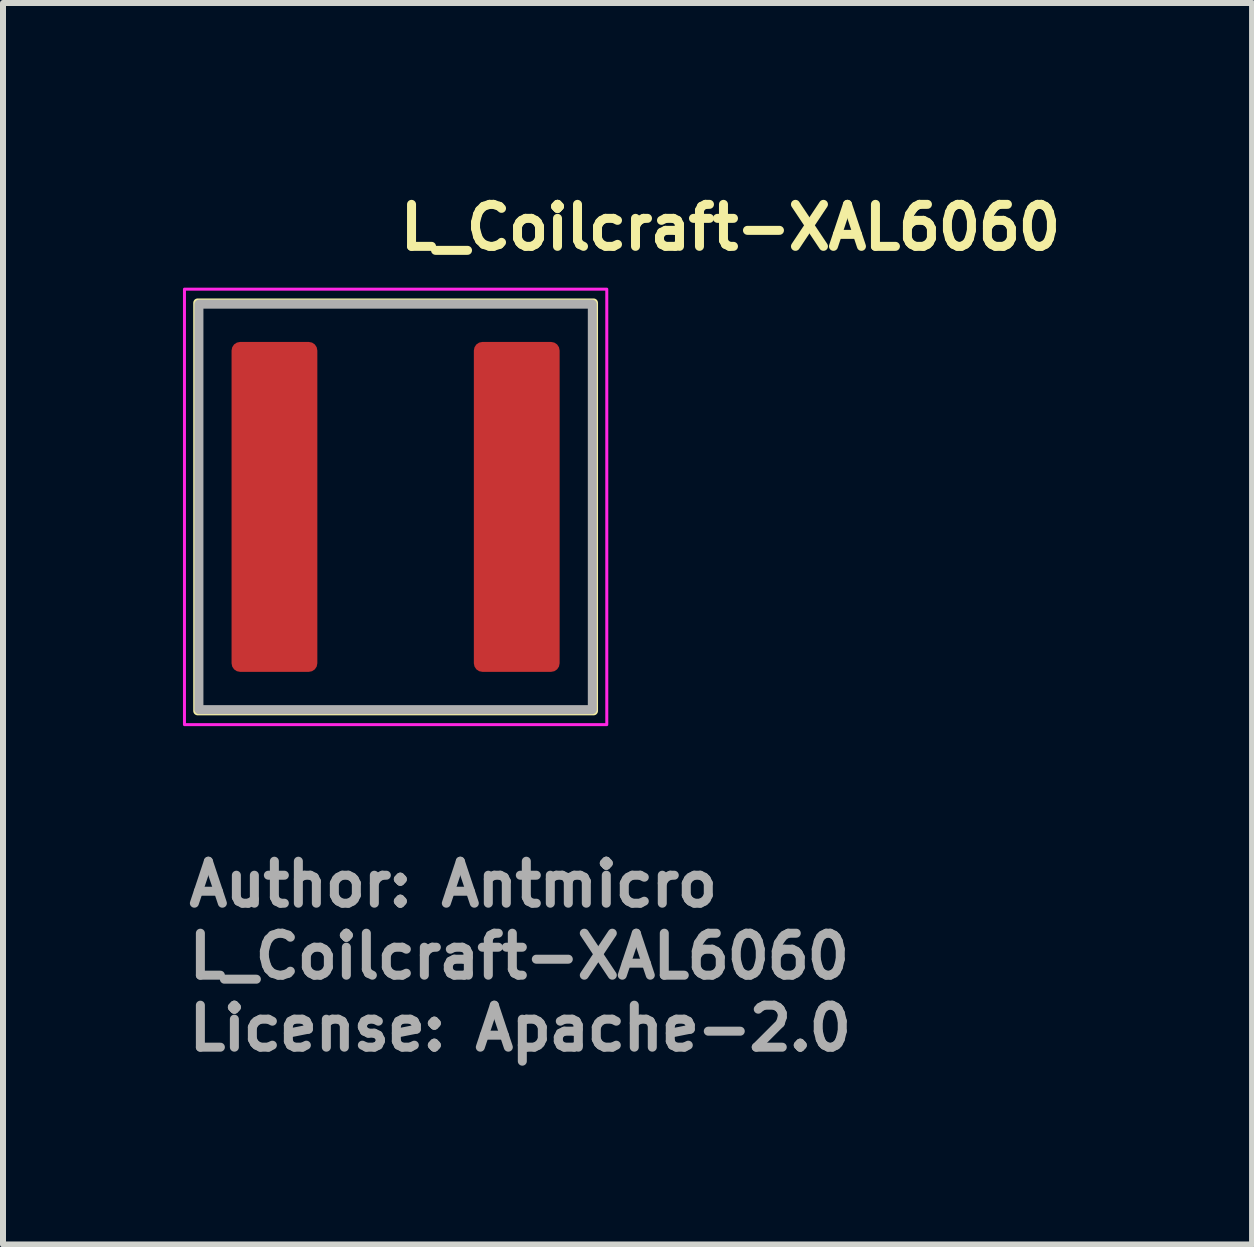
<source format=kicad_pcb>
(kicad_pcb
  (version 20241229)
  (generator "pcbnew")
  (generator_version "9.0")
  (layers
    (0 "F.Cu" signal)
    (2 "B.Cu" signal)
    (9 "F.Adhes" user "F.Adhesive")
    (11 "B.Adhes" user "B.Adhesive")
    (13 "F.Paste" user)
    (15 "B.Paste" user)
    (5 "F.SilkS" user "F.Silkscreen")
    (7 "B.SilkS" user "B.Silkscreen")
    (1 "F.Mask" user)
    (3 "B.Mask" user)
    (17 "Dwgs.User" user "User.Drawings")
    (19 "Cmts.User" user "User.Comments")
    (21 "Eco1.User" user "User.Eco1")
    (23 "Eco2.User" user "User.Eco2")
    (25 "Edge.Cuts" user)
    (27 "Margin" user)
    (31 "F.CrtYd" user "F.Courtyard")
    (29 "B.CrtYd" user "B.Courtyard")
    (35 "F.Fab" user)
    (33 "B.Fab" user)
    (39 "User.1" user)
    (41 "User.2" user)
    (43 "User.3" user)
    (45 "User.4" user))
  (footprint "L_Coilcraft-XAL6060"
    (layer "F.Cu")
    (at 3.545 5.4)
    (property "Reference" "L_Coilcraft-XAL6060" (at 0 -4.25 0) (unlocked yes) (layer "F.SilkS") (effects (font (size 0.7 0.7) (thickness 0.15)) (justify left bottom)))
    (attr smd)
    (fp_rect (start -3.299 -3.4) (end 3.299 3.4) (stroke (width 0.15) (type solid)) (fill no) (layer "F.SilkS"))
    (fp_rect (start -3.52 -3.63) (end 3.52 3.63) (stroke (width 0.05) (type solid)) (fill no) (layer "F.CrtYd"))
    (fp_rect (start -3.279 -3.38) (end 3.279 3.38) (stroke (width 0.15) (type solid)) (fill no) (layer "F.Fab"))
    (fp_rect (start -3.279 -3.38) (end 3.279 3.38) (stroke (width 0.1) (type solid)) (fill no) (layer "User.5"))
    (fp_line (start -3.279 -3.142) (end -3.278 -3.154) (stroke (width 0.02) (type solid)) (layer "User.9"))
    (fp_line (start -3.279 -3.13) (end -3.279 -3.142) (stroke (width 0.02) (type solid)) (layer "User.9"))
    (fp_line (start -3.279 -3.13) (end -3.279 3.13) (stroke (width 0.02) (type solid)) (layer "User.9"))
    (fp_line (start -3.279 3.142) (end -3.279 3.13) (stroke (width 0.02) (type solid)) (layer "User.9"))
    (fp_line (start -3.278 -3.154) (end -3.277 -3.166) (stroke (width 0.02) (type solid)) (layer "User.9"))
    (fp_line (start -3.278 3.154) (end -3.279 3.142) (stroke (width 0.02) (type solid)) (layer "User.9"))
    (fp_line (start -3.277 -3.166) (end -3.275 -3.178) (stroke (width 0.02) (type solid)) (layer "User.9"))
    (fp_line (start -3.277 3.166) (end -3.278 3.154) (stroke (width 0.02) (type solid)) (layer "User.9"))
    (fp_line (start -3.275 -3.178) (end -3.272 -3.19) (stroke (width 0.02) (type solid)) (layer "User.9"))
    (fp_line (start -3.275 3.178) (end -3.277 3.166) (stroke (width 0.02) (type solid)) (layer "User.9"))
    (fp_line (start -3.272 -3.19) (end -3.269 -3.202) (stroke (width 0.02) (type solid)) (layer "User.9"))
    (fp_line (start -3.272 3.19) (end -3.275 3.178) (stroke (width 0.02) (type solid)) (layer "User.9"))
    (fp_line (start -3.269 -3.202) (end -3.265 -3.214) (stroke (width 0.02) (type solid)) (layer "User.9"))
    (fp_line (start -3.269 3.202) (end -3.272 3.19) (stroke (width 0.02) (type solid)) (layer "User.9"))
    (fp_line (start -3.265 -3.214) (end -3.26 -3.225) (stroke (width 0.02) (type solid)) (layer "User.9"))
    (fp_line (start -3.265 3.214) (end -3.269 3.202) (stroke (width 0.02) (type solid)) (layer "User.9"))
    (fp_line (start -3.26 -3.225) (end -3.256 -3.236) (stroke (width 0.02) (type solid)) (layer "User.9"))
    (fp_line (start -3.26 3.225) (end -3.265 3.214) (stroke (width 0.02) (type solid)) (layer "User.9"))
    (fp_line (start -3.256 -3.236) (end -3.25 -3.247) (stroke (width 0.02) (type solid)) (layer "User.9"))
    (fp_line (start -3.256 3.236) (end -3.26 3.225) (stroke (width 0.02) (type solid)) (layer "User.9"))
    (fp_line (start -3.25 -3.247) (end -3.244 -3.258) (stroke (width 0.02) (type solid)) (layer "User.9"))
    (fp_line (start -3.25 3.247) (end -3.256 3.236) (stroke (width 0.02) (type solid)) (layer "User.9"))
    (fp_line (start -3.244 -3.258) (end -3.237 -3.268) (stroke (width 0.02) (type solid)) (layer "User.9"))
    (fp_line (start -3.244 3.258) (end -3.25 3.247) (stroke (width 0.02) (type solid)) (layer "User.9"))
    (fp_line (start -3.237 -3.268) (end -3.23 -3.278) (stroke (width 0.02) (type solid)) (layer "User.9"))
    (fp_line (start -3.237 3.268) (end -3.244 3.258) (stroke (width 0.02) (type solid)) (layer "User.9"))
    (fp_line (start -3.23 -3.278) (end -3.223 -3.288) (stroke (width 0.02) (type solid)) (layer "User.9"))
    (fp_line (start -3.23 3.278) (end -3.237 3.268) (stroke (width 0.02) (type solid)) (layer "User.9"))
    (fp_line (start -3.223 -3.288) (end -3.215 -3.297) (stroke (width 0.02) (type solid)) (layer "User.9"))
    (fp_line (start -3.223 3.288) (end -3.23 3.278) (stroke (width 0.02) (type solid)) (layer "User.9"))
    (fp_line (start -3.215 -3.297) (end -3.206 -3.306) (stroke (width 0.02) (type solid)) (layer "User.9"))
    (fp_line (start -3.215 3.297) (end -3.223 3.288) (stroke (width 0.02) (type solid)) (layer "User.9"))
    (fp_line (start -3.206 -3.306) (end -3.206 -3.306) (stroke (width 0.02) (type solid)) (layer "User.9"))
    (fp_line (start -3.206 -3.306) (end -3.197 -3.315) (stroke (width 0.02) (type solid)) (layer "User.9"))
    (fp_line (start -3.206 3.306) (end -3.215 3.297) (stroke (width 0.02) (type solid)) (layer "User.9"))
    (fp_line (start -3.206 3.306) (end -3.206 3.306) (stroke (width 0.02) (type solid)) (layer "User.9"))
    (fp_line (start -3.197 -3.315) (end -3.188 -3.323) (stroke (width 0.02) (type solid)) (layer "User.9"))
    (fp_line (start -3.197 3.315) (end -3.206 3.306) (stroke (width 0.02) (type solid)) (layer "User.9"))
    (fp_line (start -3.188 -3.323) (end -3.178 -3.33) (stroke (width 0.02) (type solid)) (layer "User.9"))
    (fp_line (start -3.188 3.323) (end -3.197 3.315) (stroke (width 0.02) (type solid)) (layer "User.9"))
    (fp_line (start -3.178 -3.33) (end -3.168 -3.337) (stroke (width 0.02) (type solid)) (layer "User.9"))
    (fp_line (start -3.178 3.33) (end -3.188 3.323) (stroke (width 0.02) (type solid)) (layer "User.9"))
    (fp_line (start -3.168 -3.337) (end -3.158 -3.344) (stroke (width 0.02) (type solid)) (layer "User.9"))
    (fp_line (start -3.168 3.337) (end -3.178 3.33) (stroke (width 0.02) (type solid)) (layer "User.9"))
    (fp_line (start -3.158 -3.344) (end -3.147 -3.35) (stroke (width 0.02) (type solid)) (layer "User.9"))
    (fp_line (start -3.158 3.344) (end -3.168 3.337) (stroke (width 0.02) (type solid)) (layer "User.9"))
    (fp_line (start -3.147 -3.35) (end -3.136 -3.356) (stroke (width 0.02) (type solid)) (layer "User.9"))
    (fp_line (start -3.147 3.35) (end -3.158 3.344) (stroke (width 0.02) (type solid)) (layer "User.9"))
    (fp_line (start -3.136 -3.356) (end -3.125 -3.36) (stroke (width 0.02) (type solid)) (layer "User.9"))
    (fp_line (start -3.136 3.356) (end -3.147 3.35) (stroke (width 0.02) (type solid)) (layer "User.9"))
    (fp_line (start -3.125 -3.36) (end -3.114 -3.365) (stroke (width 0.02) (type solid)) (layer "User.9"))
    (fp_line (start -3.125 3.36) (end -3.136 3.356) (stroke (width 0.02) (type solid)) (layer "User.9"))
    (fp_line (start -3.114 -3.365) (end -3.102 -3.369) (stroke (width 0.02) (type solid)) (layer "User.9"))
    (fp_line (start -3.114 3.365) (end -3.125 3.36) (stroke (width 0.02) (type solid)) (layer "User.9"))
    (fp_line (start -3.102 -3.369) (end -3.09 -3.372) (stroke (width 0.02) (type solid)) (layer "User.9"))
    (fp_line (start -3.102 3.369) (end -3.114 3.365) (stroke (width 0.02) (type solid)) (layer "User.9"))
    (fp_line (start -3.09 -3.372) (end -3.079 -3.375) (stroke (width 0.02) (type solid)) (layer "User.9"))
    (fp_line (start -3.09 3.372) (end -3.102 3.369) (stroke (width 0.02) (type solid)) (layer "User.9"))
    (fp_line (start -3.079 -3.375) (end -3.066 -3.377) (stroke (width 0.02) (type solid)) (layer "User.9"))
    (fp_line (start -3.079 3.375) (end -3.09 3.372) (stroke (width 0.02) (type solid)) (layer "User.9"))
    (fp_line (start -3.066 -3.377) (end -3.054 -3.378) (stroke (width 0.02) (type solid)) (layer "User.9"))
    (fp_line (start -3.066 3.377) (end -3.079 3.375) (stroke (width 0.02) (type solid)) (layer "User.9"))
    (fp_line (start -3.054 -3.378) (end -3.042 -3.379) (stroke (width 0.02) (type solid)) (layer "User.9"))
    (fp_line (start -3.054 3.378) (end -3.066 3.377) (stroke (width 0.02) (type solid)) (layer "User.9"))
    (fp_line (start -3.042 -3.379) (end -3.029 -3.38) (stroke (width 0.02) (type solid)) (layer "User.9"))
    (fp_line (start -3.042 3.379) (end -3.054 3.378) (stroke (width 0.02) (type solid)) (layer "User.9"))
    (fp_line (start -3.029 3.38) (end -3.042 3.379) (stroke (width 0.02) (type solid)) (layer "User.9"))
    (fp_line (start -3.029 3.38) (end 3.029 3.38) (stroke (width 0.02) (type solid)) (layer "User.9"))
    (fp_line (start -2.592 -3) (end -2.342 -3) (stroke (width 0.02) (type solid)) (layer "User.9"))
    (fp_line (start -2.592 3) (end -2.592 -3) (stroke (width 0.02) (type solid)) (layer "User.9"))
    (fp_line (start -2.342 -3) (end -2.342 3) (stroke (width 0.02) (type solid)) (layer "User.9"))
    (fp_line (start -2.342 3) (end -2.592 3) (stroke (width 0.02) (type solid)) (layer "User.9"))
    (fp_line (start 3.029 -3.38) (end -3.029 -3.38) (stroke (width 0.02) (type solid)) (layer "User.9"))
    (fp_line (start 3.029 -3.38) (end 3.042 -3.379) (stroke (width 0.02) (type solid)) (layer "User.9"))
    (fp_line (start 3.042 -3.379) (end 3.054 -3.378) (stroke (width 0.02) (type solid)) (layer "User.9"))
    (fp_line (start 3.042 3.379) (end 3.029 3.38) (stroke (width 0.02) (type solid)) (layer "User.9"))
    (fp_line (start 3.054 -3.378) (end 3.066 -3.377) (stroke (width 0.02) (type solid)) (layer "User.9"))
    (fp_line (start 3.054 3.378) (end 3.042 3.379) (stroke (width 0.02) (type solid)) (layer "User.9"))
    (fp_line (start 3.066 -3.377) (end 3.079 -3.375) (stroke (width 0.02) (type solid)) (layer "User.9"))
    (fp_line (start 3.066 3.377) (end 3.054 3.378) (stroke (width 0.02) (type solid)) (layer "User.9"))
    (fp_line (start 3.079 -3.375) (end 3.09 -3.372) (stroke (width 0.02) (type solid)) (layer "User.9"))
    (fp_line (start 3.079 3.375) (end 3.066 3.377) (stroke (width 0.02) (type solid)) (layer "User.9"))
    (fp_line (start 3.09 -3.372) (end 3.102 -3.369) (stroke (width 0.02) (type solid)) (layer "User.9"))
    (fp_line (start 3.09 3.372) (end 3.079 3.375) (stroke (width 0.02) (type solid)) (layer "User.9"))
    (fp_line (start 3.102 -3.369) (end 3.114 -3.365) (stroke (width 0.02) (type solid)) (layer "User.9"))
    (fp_line (start 3.102 3.369) (end 3.09 3.372) (stroke (width 0.02) (type solid)) (layer "User.9"))
    (fp_line (start 3.114 -3.365) (end 3.125 -3.36) (stroke (width 0.02) (type solid)) (layer "User.9"))
    (fp_line (start 3.114 3.365) (end 3.102 3.369) (stroke (width 0.02) (type solid)) (layer "User.9"))
    (fp_line (start 3.125 -3.36) (end 3.136 -3.356) (stroke (width 0.02) (type solid)) (layer "User.9"))
    (fp_line (start 3.125 3.36) (end 3.114 3.365) (stroke (width 0.02) (type solid)) (layer "User.9"))
    (fp_line (start 3.136 -3.356) (end 3.147 -3.35) (stroke (width 0.02) (type solid)) (layer "User.9"))
    (fp_line (start 3.136 3.356) (end 3.125 3.36) (stroke (width 0.02) (type solid)) (layer "User.9"))
    (fp_line (start 3.147 -3.35) (end 3.158 -3.344) (stroke (width 0.02) (type solid)) (layer "User.9"))
    (fp_line (start 3.147 3.35) (end 3.136 3.356) (stroke (width 0.02) (type solid)) (layer "User.9"))
    (fp_line (start 3.158 -3.344) (end 3.168 -3.337) (stroke (width 0.02) (type solid)) (layer "User.9"))
    (fp_line (start 3.158 3.344) (end 3.147 3.35) (stroke (width 0.02) (type solid)) (layer "User.9"))
    (fp_line (start 3.168 -3.337) (end 3.178 -3.33) (stroke (width 0.02) (type solid)) (layer "User.9"))
    (fp_line (start 3.168 3.337) (end 3.158 3.344) (stroke (width 0.02) (type solid)) (layer "User.9"))
    (fp_line (start 3.178 -3.33) (end 3.188 -3.323) (stroke (width 0.02) (type solid)) (layer "User.9"))
    (fp_line (start 3.178 3.33) (end 3.168 3.337) (stroke (width 0.02) (type solid)) (layer "User.9"))
    (fp_line (start 3.188 -3.323) (end 3.197 -3.315) (stroke (width 0.02) (type solid)) (layer "User.9"))
    (fp_line (start 3.188 3.323) (end 3.178 3.33) (stroke (width 0.02) (type solid)) (layer "User.9"))
    (fp_line (start 3.197 -3.315) (end 3.206 -3.306) (stroke (width 0.02) (type solid)) (layer "User.9"))
    (fp_line (start 3.197 3.315) (end 3.188 3.323) (stroke (width 0.02) (type solid)) (layer "User.9"))
    (fp_line (start 3.206 -3.306) (end 3.206 -3.306) (stroke (width 0.02) (type solid)) (layer "User.9"))
    (fp_line (start 3.206 -3.306) (end 3.215 -3.297) (stroke (width 0.02) (type solid)) (layer "User.9"))
    (fp_line (start 3.206 3.306) (end 3.197 3.315) (stroke (width 0.02) (type solid)) (layer "User.9"))
    (fp_line (start 3.206 3.306) (end 3.206 3.306) (stroke (width 0.02) (type solid)) (layer "User.9"))
    (fp_line (start 3.215 -3.297) (end 3.223 -3.288) (stroke (width 0.02) (type solid)) (layer "User.9"))
    (fp_line (start 3.215 3.297) (end 3.206 3.306) (stroke (width 0.02) (type solid)) (layer "User.9"))
    (fp_line (start 3.223 -3.288) (end 3.23 -3.278) (stroke (width 0.02) (type solid)) (layer "User.9"))
    (fp_line (start 3.223 3.288) (end 3.215 3.297) (stroke (width 0.02) (type solid)) (layer "User.9"))
    (fp_line (start 3.23 -3.278) (end 3.237 -3.268) (stroke (width 0.02) (type solid)) (layer "User.9"))
    (fp_line (start 3.23 3.278) (end 3.223 3.288) (stroke (width 0.02) (type solid)) (layer "User.9"))
    (fp_line (start 3.237 -3.268) (end 3.244 -3.258) (stroke (width 0.02) (type solid)) (layer "User.9"))
    (fp_line (start 3.237 3.268) (end 3.23 3.278) (stroke (width 0.02) (type solid)) (layer "User.9"))
    (fp_line (start 3.244 -3.258) (end 3.25 -3.247) (stroke (width 0.02) (type solid)) (layer "User.9"))
    (fp_line (start 3.244 3.258) (end 3.237 3.268) (stroke (width 0.02) (type solid)) (layer "User.9"))
    (fp_line (start 3.25 -3.247) (end 3.256 -3.236) (stroke (width 0.02) (type solid)) (layer "User.9"))
    (fp_line (start 3.25 3.247) (end 3.244 3.258) (stroke (width 0.02) (type solid)) (layer "User.9"))
    (fp_line (start 3.256 -3.236) (end 3.26 -3.225) (stroke (width 0.02) (type solid)) (layer "User.9"))
    (fp_line (start 3.256 3.236) (end 3.25 3.247) (stroke (width 0.02) (type solid)) (layer "User.9"))
    (fp_line (start 3.26 -3.225) (end 3.265 -3.214) (stroke (width 0.02) (type solid)) (layer "User.9"))
    (fp_line (start 3.26 3.225) (end 3.256 3.236) (stroke (width 0.02) (type solid)) (layer "User.9"))
    (fp_line (start 3.265 -3.214) (end 3.269 -3.202) (stroke (width 0.02) (type solid)) (layer "User.9"))
    (fp_line (start 3.265 3.214) (end 3.26 3.225) (stroke (width 0.02) (type solid)) (layer "User.9"))
    (fp_line (start 3.269 -3.202) (end 3.272 -3.19) (stroke (width 0.02) (type solid)) (layer "User.9"))
    (fp_line (start 3.269 3.202) (end 3.265 3.214) (stroke (width 0.02) (type solid)) (layer "User.9"))
    (fp_line (start 3.272 -3.19) (end 3.275 -3.178) (stroke (width 0.02) (type solid)) (layer "User.9"))
    (fp_line (start 3.272 3.19) (end 3.269 3.202) (stroke (width 0.02) (type solid)) (layer "User.9"))
    (fp_line (start 3.275 -3.178) (end 3.277 -3.166) (stroke (width 0.02) (type solid)) (layer "User.9"))
    (fp_line (start 3.275 3.178) (end 3.272 3.19) (stroke (width 0.02) (type solid)) (layer "User.9"))
    (fp_line (start 3.277 -3.166) (end 3.278 -3.154) (stroke (width 0.02) (type solid)) (layer "User.9"))
    (fp_line (start 3.277 3.166) (end 3.275 3.178) (stroke (width 0.02) (type solid)) (layer "User.9"))
    (fp_line (start 3.278 -3.154) (end 3.279 -3.142) (stroke (width 0.02) (type solid)) (layer "User.9"))
    (fp_line (start 3.278 3.154) (end 3.277 3.166) (stroke (width 0.02) (type solid)) (layer "User.9"))
    (fp_line (start 3.279 -3.142) (end 3.279 -3.13) (stroke (width 0.02) (type solid)) (layer "User.9"))
    (fp_line (start 3.279 3.13) (end 3.279 -3.13) (stroke (width 0.02) (type solid)) (layer "User.9"))
    (fp_line (start 3.279 3.13) (end 3.279 3.142) (stroke (width 0.02) (type solid)) (layer "User.9"))
    (fp_line (start 3.279 3.142) (end 3.278 3.154) (stroke (width 0.02) (type solid)) (layer "User.9"))
    (fp_text user "Author: Antmicro" (at -3.52 6.7 0) (layer "F.Fab") (effects (font (size 0.7 0.7) (thickness 0.15)) (justify left bottom)))
    (fp_text user "${REFERENCE}" (at -3.52 7.9 0) (unlocked yes) (layer "F.Fab") (effects (font (size 0.7 0.7) (thickness 0.15)) (justify left bottom)))
    (fp_text user "License: Apache-2.0" (at -3.52 9.1 0) (layer "F.Fab") (effects (font (size 0.7 0.7) (thickness 0.15)) (justify left bottom)))
    (pad "1" smd roundrect (at -2.02 0) (size 1.43 5.5) (layers "F.Cu" "F.Mask" "F.Paste") (roundrect_rratio 0.1))
    (pad "2" smd roundrect (at 2.019 0) (size 1.43 5.5) (layers "F.Cu" "F.Mask" "F.Paste") (roundrect_rratio 0.1)))
  (gr_rect
    (start -3 -3)
    (end 17.822 17.695)
    (stroke (width 0.1) (type default))
    (fill no)
    (layer "Edge.Cuts")))
</source>
